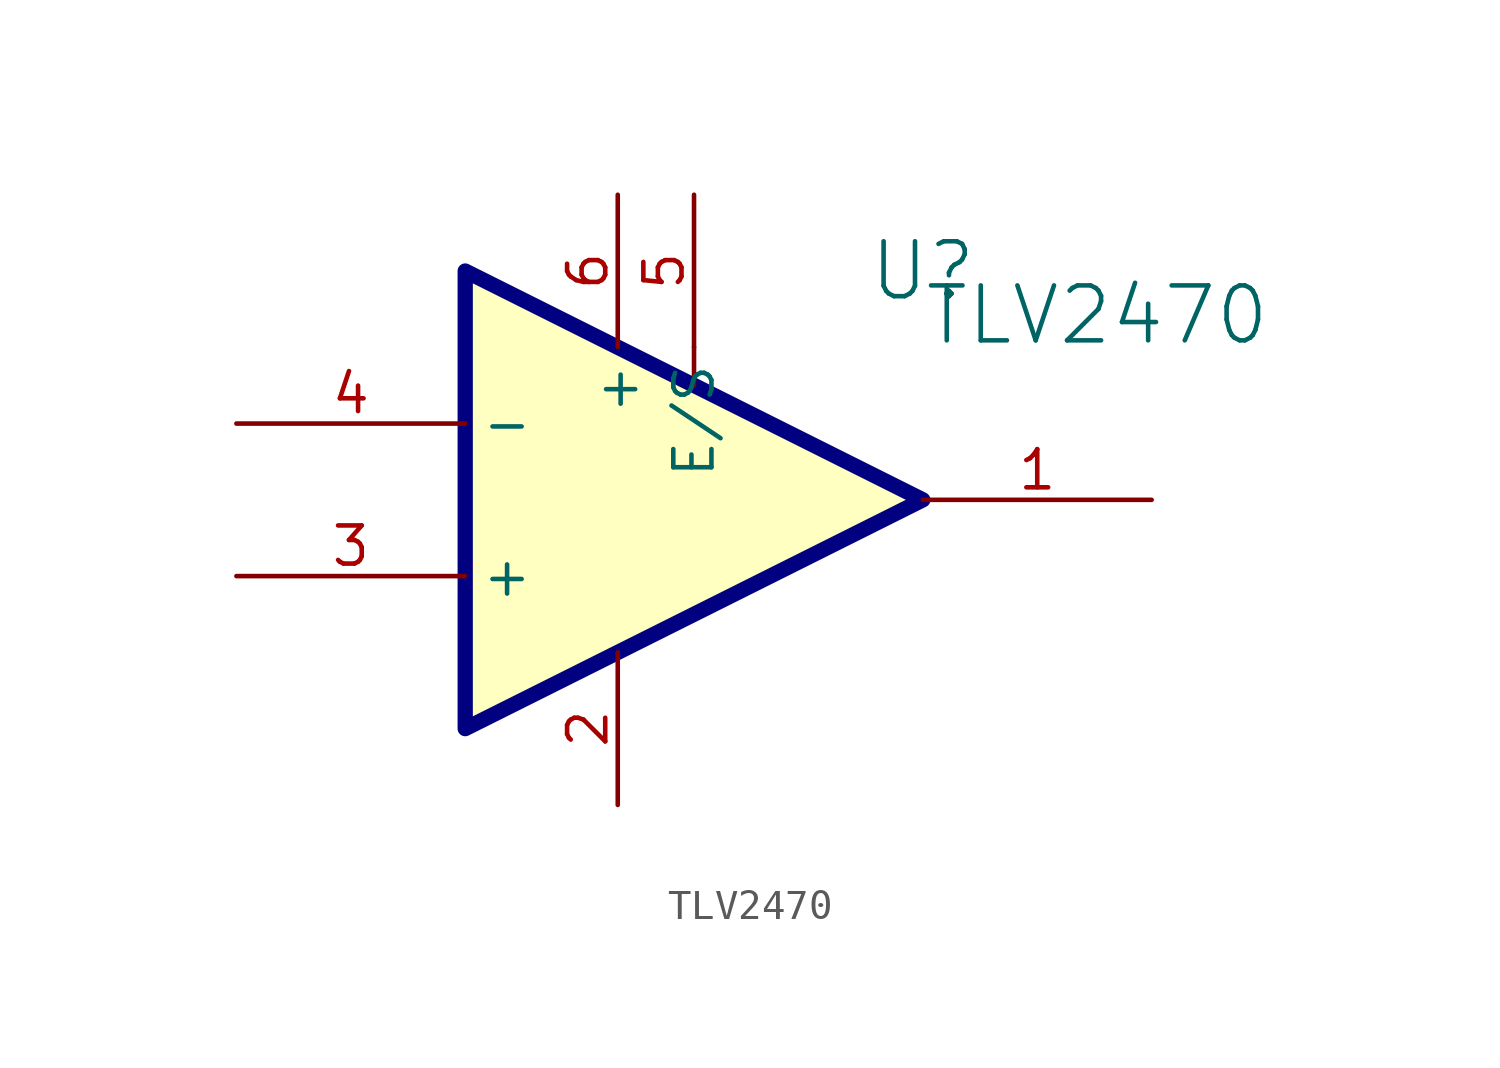
<source format=kicad_sym>
(kicad_symbol_lib
  (version 20241209)
  (generator "kicad_symbol_editor")
  (generator_version "9.0")
  (symbol "TLV2470"
    (property "Reference" "U"
      (at 10.16 7.62 0)
      (effects (font (size 1.829 1.829))))
    (property "Value" "TLV2470"
      (at 10.16 5.08 0)
      (effects (font (size 1.829 1.829)) (justify left bottom)))
    (symbol "TLV2470_1_0"
      (polyline (pts (xy -5.08 7.62) (xy -5.08 -7.62) (xy 10.16 0) (xy -5.08 7.62)) (stroke (width 0.508) (type solid) (color 0 0 128 1)) (fill (type background)))
      (polyline (pts (xy 2.54 5.08) (xy 2.54 3.81)) (stroke (width 0) (type solid)) (fill (type none)))
      (pin passive line (at -12.7 2.54 0) (length 7.62) (name "-" (effects (font (size 1.27 1.27)))) (number "4" (effects (font (size 1.27 1.27)))))
      (pin passive line (at -12.7 -2.54 0) (length 7.62) (name "+" (effects (font (size 1.27 1.27)))) (number "3" (effects (font (size 1.27 1.27)))))
      (pin passive line (at 0 10.16 270) (length 5.08) (name "+" (effects (font (size 1.27 1.27)))) (number "6" (effects (font (size 1.27 1.27)))))
      (pin passive line (at 0 -10.16 90) (length 5.08) (name "V-" (effects (font (size 0 0)))) (number "2" (effects (font (size 1.27 1.27)))))
      (pin passive line (at 2.54 10.16 270) (length 5.08) (name "E/S" (effects (font (size 1.27 1.27)))) (number "5" (effects (font (size 1.27 1.27)))))
      (pin passive line (at 17.78 0 180) (length 7.62) (name "Vout" (effects (font (size 0 0)))) (number "1" (effects (font (size 1.27 1.27))))))))
</source>
